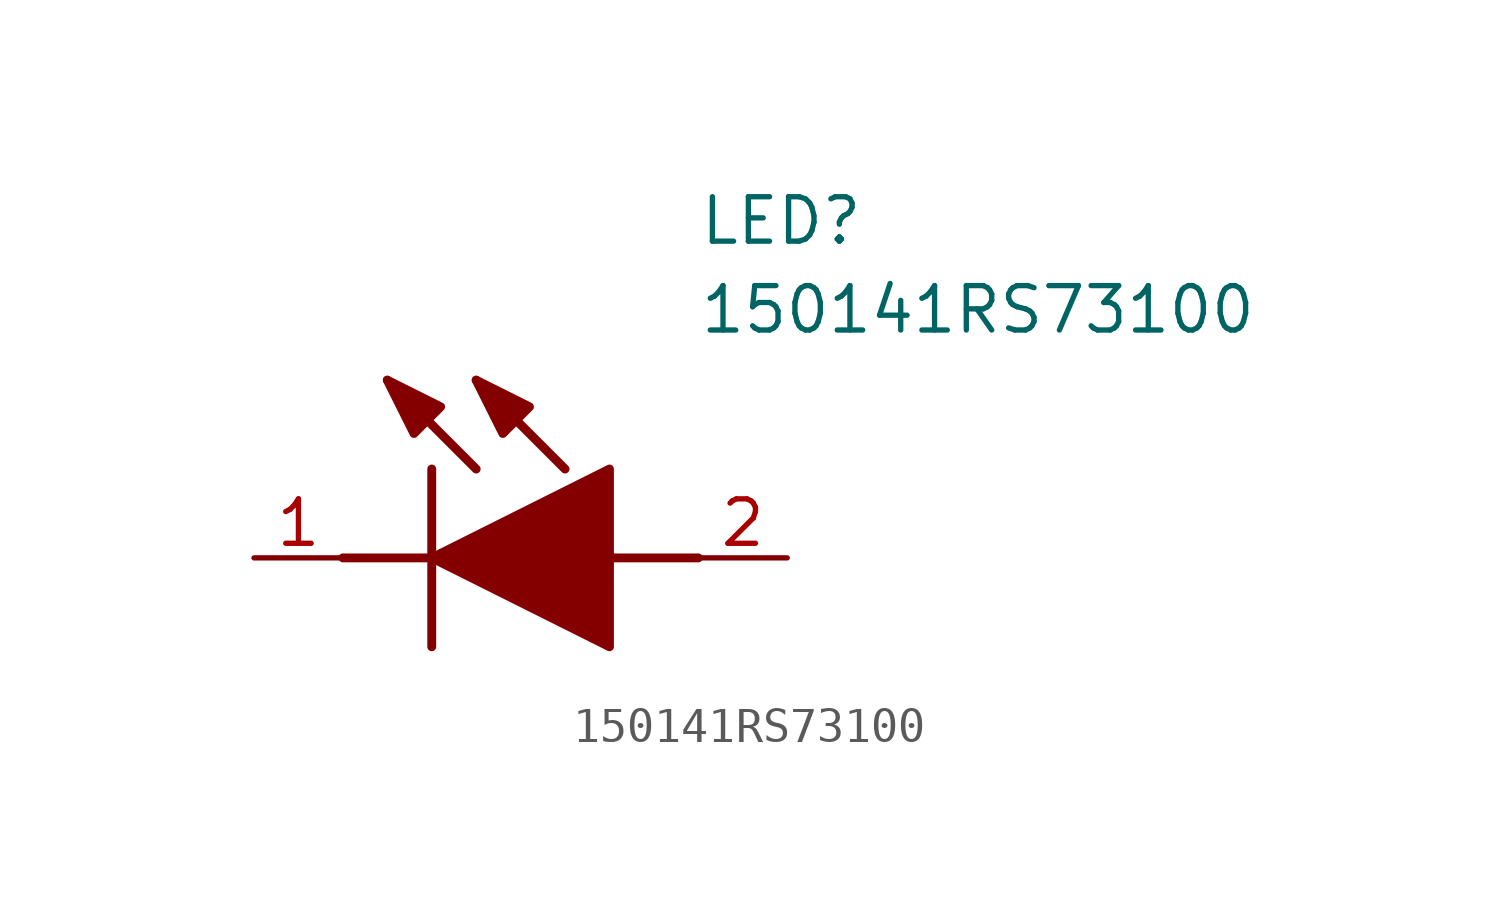
<source format=kicad_sym>
(kicad_symbol_lib
  (version 20211014)
  (generator SamacSys_ECAD_Model)
  (symbol "150141RS73100"
    (pin_names hide)
    (property "Reference" "LED"
      (at 12.7 8.89 0)
      (effects (font (size 1.27 1.27)) (justify left bottom)))
    (property "Value" "150141RS73100"
      (at 12.7 6.35 0)
      (effects (font (size 1.27 1.27)) (justify left bottom)))
    (polyline
      (pts (xy 5.08 2.54) (xy 5.08 -2.54))
      (stroke (width 0.254) (type default))
      (fill (type none)))
    (polyline
      (pts (xy 6.35 2.54) (xy 3.81 5.08))
      (stroke (width 0.254) (type default))
      (fill (type none)))
    (polyline
      (pts (xy 8.89 2.54) (xy 6.35 5.08))
      (stroke (width 0.254) (type default))
      (fill (type none)))
    (polyline
      (pts (xy 2.54 0) (xy 5.08 0))
      (stroke (width 0.254) (type default))
      (fill (type none)))
    (polyline
      (pts (xy 10.16 0) (xy 12.7 0))
      (stroke (width 0.254) (type default))
      (fill (type none)))
    (polyline
      (pts (xy 5.08 0) (xy 10.16 2.54) (xy 10.16 -2.54) (xy 5.08 0))
      (stroke (width 0.254) (type default))
      (fill (type outline)))
    (polyline
      (pts (xy 5.334 4.318) (xy 4.572 3.556) (xy 3.81 5.08) (xy 5.334 4.318))
      (stroke (width 0.254) (type default))
      (fill (type outline)))
    (polyline
      (pts (xy 7.874 4.318) (xy 7.112 3.556) (xy 6.35 5.08) (xy 7.874 4.318))
      (stroke (width 0.254) (type default))
      (fill (type outline)))
    (pin passive line
      (at 0 0 0)
      (length 2.54)
      (name "K" (effects (font (size 1.27 1.27))))
      (number "1" (effects (font (size 1.27 1.27)))))
    (pin passive line
      (at 15.24 0 180)
      (length 2.54)
      (name "A" (effects (font (size 1.27 1.27))))
      (number "2" (effects (font (size 1.27 1.27)))))))
</source>
